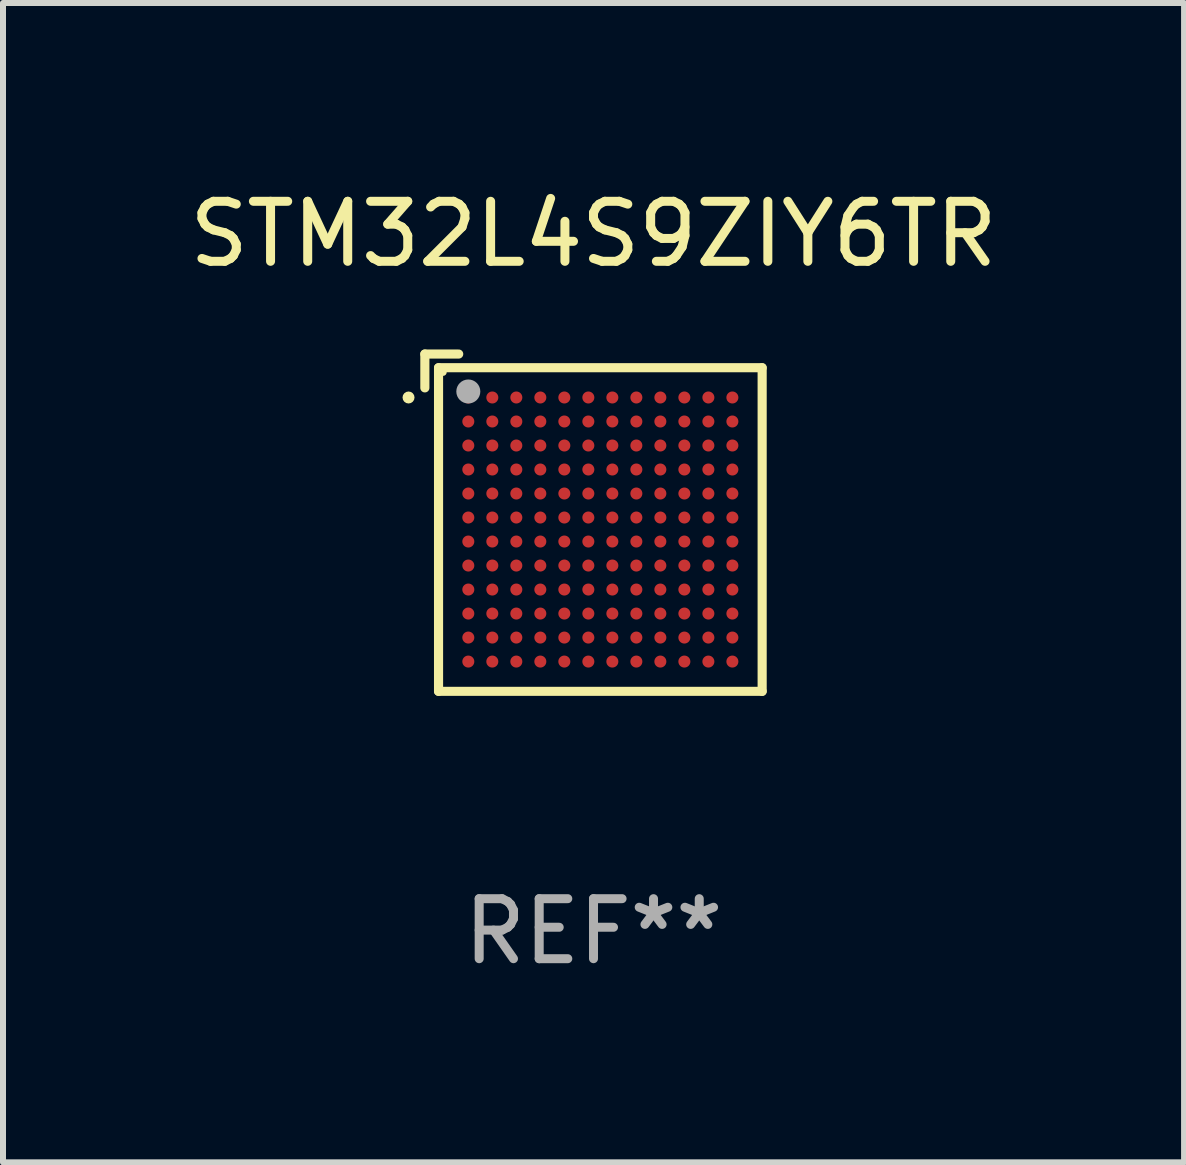
<source format=kicad_pcb>
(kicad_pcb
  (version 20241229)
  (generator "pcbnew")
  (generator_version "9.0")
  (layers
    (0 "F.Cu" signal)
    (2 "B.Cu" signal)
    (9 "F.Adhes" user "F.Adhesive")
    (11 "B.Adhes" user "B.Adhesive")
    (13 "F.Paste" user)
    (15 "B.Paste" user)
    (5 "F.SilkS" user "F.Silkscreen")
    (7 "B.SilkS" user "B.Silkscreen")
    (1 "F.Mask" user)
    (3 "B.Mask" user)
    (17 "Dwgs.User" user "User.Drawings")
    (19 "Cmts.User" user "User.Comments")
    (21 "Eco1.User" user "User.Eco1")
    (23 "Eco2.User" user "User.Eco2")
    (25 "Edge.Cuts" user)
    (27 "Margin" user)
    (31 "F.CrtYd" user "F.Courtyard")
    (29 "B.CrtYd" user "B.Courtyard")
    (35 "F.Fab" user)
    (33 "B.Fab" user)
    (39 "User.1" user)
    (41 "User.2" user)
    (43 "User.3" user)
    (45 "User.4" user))
  (footprint "STM32L4S9ZIY6TR"
    (layer "F.Cu")
    (at 6.839 5.659)
    (property "Reference" "STM32L4S9ZIY6TR" (at 0 -4.81 0) (layer "F.SilkS") (effects (font (size 1 1) (thickness 0.15))))
    (attr through_hole)
    (fp_line (start -2.81 -2.81) (end -2.246 -2.81) (stroke (width 0.152) (type solid)) (layer "F.SilkS"))
    (fp_line (start -2.81 -2.246) (end -2.81 -2.81) (stroke (width 0.152) (type solid)) (layer "F.SilkS"))
    (fp_line (start -2.582 -2.582) (end 2.81 -2.582) (stroke (width 0.152) (type solid)) (layer "F.SilkS"))
    (fp_line (start -2.582 2.81) (end -2.582 -2.582) (stroke (width 0.152) (type solid)) (layer "F.SilkS"))
    (fp_line (start 2.81 -2.582) (end 2.81 2.81) (stroke (width 0.152) (type solid)) (layer "F.SilkS"))
    (fp_line (start 2.81 2.81) (end -2.582 2.81) (stroke (width 0.152) (type solid)) (layer "F.SilkS"))
    (fp_circle (center -3.082 -2.086) (end -3.032 -2.086) (stroke (width 0.1) (type solid)) (fill no) (layer "F.SilkS"))
    (fp_circle (center -2.506 -2.506) (end -2.476 -2.506) (stroke (width 0.06) (type solid)) (fill no) (layer "F.SilkS"))
    (fp_circle (center -2.086 -2.186) (end -1.986 -2.186) (stroke (width 0.2) (type solid)) (fill no) (layer "F.Fab"))
    (fp_text user "REF**" (at 0 6.81 0) (layer "F.Fab") (effects (font (size 1 1) (thickness 0.15))))
    (pad "A1" smd circle (at -2.086 -2.086) (size 0.2 0.2) (layers "F.Cu" "F.Mask" "F.Paste"))
    (pad "A2" smd circle (at -1.686 -2.086) (size 0.2 0.2) (layers "F.Cu" "F.Mask" "F.Paste"))
    (pad "A3" smd circle (at -1.286 -2.086) (size 0.2 0.2) (layers "F.Cu" "F.Mask" "F.Paste"))
    (pad "A4" smd circle (at -0.886 -2.086) (size 0.2 0.2) (layers "F.Cu" "F.Mask" "F.Paste"))
    (pad "A5" smd circle (at -0.486 -2.086) (size 0.2 0.2) (layers "F.Cu" "F.Mask" "F.Paste"))
    (pad "A6" smd circle (at -0.086 -2.086) (size 0.2 0.2) (layers "F.Cu" "F.Mask" "F.Paste"))
    (pad "A7" smd circle (at 0.314 -2.086) (size 0.2 0.2) (layers "F.Cu" "F.Mask" "F.Paste"))
    (pad "A8" smd circle (at 0.714 -2.086) (size 0.2 0.2) (layers "F.Cu" "F.Mask" "F.Paste"))
    (pad "A9" smd circle (at 1.114 -2.086) (size 0.2 0.2) (layers "F.Cu" "F.Mask" "F.Paste"))
    (pad "A10" smd circle (at 1.514 -2.086) (size 0.2 0.2) (layers "F.Cu" "F.Mask" "F.Paste"))
    (pad "A11" smd circle (at 1.914 -2.086) (size 0.2 0.2) (layers "F.Cu" "F.Mask" "F.Paste"))
    (pad "A12" smd circle (at 2.314 -2.086) (size 0.2 0.2) (layers "F.Cu" "F.Mask" "F.Paste"))
    (pad "B1" smd circle (at -2.086 -1.686) (size 0.2 0.2) (layers "F.Cu" "F.Mask" "F.Paste"))
    (pad "B2" smd circle (at -1.686 -1.686) (size 0.2 0.2) (layers "F.Cu" "F.Mask" "F.Paste"))
    (pad "B3" smd circle (at -1.286 -1.686) (size 0.2 0.2) (layers "F.Cu" "F.Mask" "F.Paste"))
    (pad "B4" smd circle (at -0.886 -1.686) (size 0.2 0.2) (layers "F.Cu" "F.Mask" "F.Paste"))
    (pad "B5" smd circle (at -0.486 -1.686) (size 0.2 0.2) (layers "F.Cu" "F.Mask" "F.Paste"))
    (pad "B6" smd circle (at -0.086 -1.686) (size 0.2 0.2) (layers "F.Cu" "F.Mask" "F.Paste"))
    (pad "B7" smd circle (at 0.314 -1.686) (size 0.2 0.2) (layers "F.Cu" "F.Mask" "F.Paste"))
    (pad "B8" smd circle (at 0.714 -1.686) (size 0.2 0.2) (layers "F.Cu" "F.Mask" "F.Paste"))
    (pad "B9" smd circle (at 1.114 -1.686) (size 0.2 0.2) (layers "F.Cu" "F.Mask" "F.Paste"))
    (pad "B10" smd circle (at 1.514 -1.686) (size 0.2 0.2) (layers "F.Cu" "F.Mask" "F.Paste"))
    (pad "B11" smd circle (at 1.914 -1.686) (size 0.2 0.2) (layers "F.Cu" "F.Mask" "F.Paste"))
    (pad "B12" smd circle (at 2.314 -1.686) (size 0.2 0.2) (layers "F.Cu" "F.Mask" "F.Paste"))
    (pad "C1" smd circle (at -2.086 -1.286) (size 0.2 0.2) (layers "F.Cu" "F.Mask" "F.Paste"))
    (pad "C2" smd circle (at -1.686 -1.286) (size 0.2 0.2) (layers "F.Cu" "F.Mask" "F.Paste"))
    (pad "C3" smd circle (at -1.286 -1.286) (size 0.2 0.2) (layers "F.Cu" "F.Mask" "F.Paste"))
    (pad "C4" smd circle (at -0.886 -1.286) (size 0.2 0.2) (layers "F.Cu" "F.Mask" "F.Paste"))
    (pad "C5" smd circle (at -0.486 -1.286) (size 0.2 0.2) (layers "F.Cu" "F.Mask" "F.Paste"))
    (pad "C6" smd circle (at -0.086 -1.286) (size 0.2 0.2) (layers "F.Cu" "F.Mask" "F.Paste"))
    (pad "C7" smd circle (at 0.314 -1.286) (size 0.2 0.2) (layers "F.Cu" "F.Mask" "F.Paste"))
    (pad "C8" smd circle (at 0.714 -1.286) (size 0.2 0.2) (layers "F.Cu" "F.Mask" "F.Paste"))
    (pad "C9" smd circle (at 1.114 -1.286) (size 0.2 0.2) (layers "F.Cu" "F.Mask" "F.Paste"))
    (pad "C10" smd circle (at 1.514 -1.286) (size 0.2 0.2) (layers "F.Cu" "F.Mask" "F.Paste"))
    (pad "C11" smd circle (at 1.914 -1.286) (size 0.2 0.2) (layers "F.Cu" "F.Mask" "F.Paste"))
    (pad "C12" smd circle (at 2.314 -1.286) (size 0.2 0.2) (layers "F.Cu" "F.Mask" "F.Paste"))
    (pad "D1" smd circle (at -2.086 -0.886) (size 0.2 0.2) (layers "F.Cu" "F.Mask" "F.Paste"))
    (pad "D2" smd circle (at -1.686 -0.886) (size 0.2 0.2) (layers "F.Cu" "F.Mask" "F.Paste"))
    (pad "D3" smd circle (at -1.286 -0.886) (size 0.2 0.2) (layers "F.Cu" "F.Mask" "F.Paste"))
    (pad "D4" smd circle (at -0.886 -0.886) (size 0.2 0.2) (layers "F.Cu" "F.Mask" "F.Paste"))
    (pad "D5" smd circle (at -0.486 -0.886) (size 0.2 0.2) (layers "F.Cu" "F.Mask" "F.Paste"))
    (pad "D6" smd circle (at -0.086 -0.886) (size 0.2 0.2) (layers "F.Cu" "F.Mask" "F.Paste"))
    (pad "D7" smd circle (at 0.314 -0.886) (size 0.2 0.2) (layers "F.Cu" "F.Mask" "F.Paste"))
    (pad "D8" smd circle (at 0.714 -0.886) (size 0.2 0.2) (layers "F.Cu" "F.Mask" "F.Paste"))
    (pad "D9" smd circle (at 1.114 -0.886) (size 0.2 0.2) (layers "F.Cu" "F.Mask" "F.Paste"))
    (pad "D10" smd circle (at 1.514 -0.886) (size 0.2 0.2) (layers "F.Cu" "F.Mask" "F.Paste"))
    (pad "D11" smd circle (at 1.914 -0.886) (size 0.2 0.2) (layers "F.Cu" "F.Mask" "F.Paste"))
    (pad "D12" smd circle (at 2.314 -0.886) (size 0.2 0.2) (layers "F.Cu" "F.Mask" "F.Paste"))
    (pad "E1" smd circle (at -2.086 -0.486) (size 0.2 0.2) (layers "F.Cu" "F.Mask" "F.Paste"))
    (pad "E2" smd circle (at -1.686 -0.486) (size 0.2 0.2) (layers "F.Cu" "F.Mask" "F.Paste"))
    (pad "E3" smd circle (at -1.286 -0.486) (size 0.2 0.2) (layers "F.Cu" "F.Mask" "F.Paste"))
    (pad "E4" smd circle (at -0.886 -0.486) (size 0.2 0.2) (layers "F.Cu" "F.Mask" "F.Paste"))
    (pad "E5" smd circle (at -0.486 -0.486) (size 0.2 0.2) (layers "F.Cu" "F.Mask" "F.Paste"))
    (pad "E6" smd circle (at -0.086 -0.486) (size 0.2 0.2) (layers "F.Cu" "F.Mask" "F.Paste"))
    (pad "E7" smd circle (at 0.314 -0.486) (size 0.2 0.2) (layers "F.Cu" "F.Mask" "F.Paste"))
    (pad "E8" smd circle (at 0.714 -0.486) (size 0.2 0.2) (layers "F.Cu" "F.Mask" "F.Paste"))
    (pad "E9" smd circle (at 1.114 -0.486) (size 0.2 0.2) (layers "F.Cu" "F.Mask" "F.Paste"))
    (pad "E10" smd circle (at 1.514 -0.486) (size 0.2 0.2) (layers "F.Cu" "F.Mask" "F.Paste"))
    (pad "E11" smd circle (at 1.914 -0.486) (size 0.2 0.2) (layers "F.Cu" "F.Mask" "F.Paste"))
    (pad "E12" smd circle (at 2.314 -0.486) (size 0.2 0.2) (layers "F.Cu" "F.Mask" "F.Paste"))
    (pad "F1" smd circle (at -2.086 -0.086) (size 0.2 0.2) (layers "F.Cu" "F.Mask" "F.Paste"))
    (pad "F2" smd circle (at -1.686 -0.086) (size 0.2 0.2) (layers "F.Cu" "F.Mask" "F.Paste"))
    (pad "F3" smd circle (at -1.286 -0.086) (size 0.2 0.2) (layers "F.Cu" "F.Mask" "F.Paste"))
    (pad "F4" smd circle (at -0.886 -0.086) (size 0.2 0.2) (layers "F.Cu" "F.Mask" "F.Paste"))
    (pad "F5" smd circle (at -0.486 -0.086) (size 0.2 0.2) (layers "F.Cu" "F.Mask" "F.Paste"))
    (pad "F6" smd circle (at -0.086 -0.086) (size 0.2 0.2) (layers "F.Cu" "F.Mask" "F.Paste"))
    (pad "F7" smd circle (at 0.314 -0.086) (size 0.2 0.2) (layers "F.Cu" "F.Mask" "F.Paste"))
    (pad "F8" smd circle (at 0.714 -0.086) (size 0.2 0.2) (layers "F.Cu" "F.Mask" "F.Paste"))
    (pad "F9" smd circle (at 1.114 -0.086) (size 0.2 0.2) (layers "F.Cu" "F.Mask" "F.Paste"))
    (pad "F10" smd circle (at 1.514 -0.086) (size 0.2 0.2) (layers "F.Cu" "F.Mask" "F.Paste"))
    (pad "F11" smd circle (at 1.914 -0.086) (size 0.2 0.2) (layers "F.Cu" "F.Mask" "F.Paste"))
    (pad "F12" smd circle (at 2.314 -0.086) (size 0.2 0.2) (layers "F.Cu" "F.Mask" "F.Paste"))
    (pad "G1" smd circle (at -2.086 0.314) (size 0.2 0.2) (layers "F.Cu" "F.Mask" "F.Paste"))
    (pad "G2" smd circle (at -1.686 0.314) (size 0.2 0.2) (layers "F.Cu" "F.Mask" "F.Paste"))
    (pad "G3" smd circle (at -1.286 0.314) (size 0.2 0.2) (layers "F.Cu" "F.Mask" "F.Paste"))
    (pad "G4" smd circle (at -0.886 0.314) (size 0.2 0.2) (layers "F.Cu" "F.Mask" "F.Paste"))
    (pad "G5" smd circle (at -0.486 0.314) (size 0.2 0.2) (layers "F.Cu" "F.Mask" "F.Paste"))
    (pad "G6" smd circle (at -0.086 0.314) (size 0.2 0.2) (layers "F.Cu" "F.Mask" "F.Paste"))
    (pad "G7" smd circle (at 0.314 0.314) (size 0.2 0.2) (layers "F.Cu" "F.Mask" "F.Paste"))
    (pad "G8" smd circle (at 0.714 0.314) (size 0.2 0.2) (layers "F.Cu" "F.Mask" "F.Paste"))
    (pad "G9" smd circle (at 1.114 0.314) (size 0.2 0.2) (layers "F.Cu" "F.Mask" "F.Paste"))
    (pad "G10" smd circle (at 1.514 0.314) (size 0.2 0.2) (layers "F.Cu" "F.Mask" "F.Paste"))
    (pad "G11" smd circle (at 1.914 0.314) (size 0.2 0.2) (layers "F.Cu" "F.Mask" "F.Paste"))
    (pad "G12" smd circle (at 2.314 0.314) (size 0.2 0.2) (layers "F.Cu" "F.Mask" "F.Paste"))
    (pad "H1" smd circle (at -2.086 0.714) (size 0.2 0.2) (layers "F.Cu" "F.Mask" "F.Paste"))
    (pad "H2" smd circle (at -1.686 0.714) (size 0.2 0.2) (layers "F.Cu" "F.Mask" "F.Paste"))
    (pad "H3" smd circle (at -1.286 0.714) (size 0.2 0.2) (layers "F.Cu" "F.Mask" "F.Paste"))
    (pad "H4" smd circle (at -0.886 0.714) (size 0.2 0.2) (layers "F.Cu" "F.Mask" "F.Paste"))
    (pad "H5" smd circle (at -0.486 0.714) (size 0.2 0.2) (layers "F.Cu" "F.Mask" "F.Paste"))
    (pad "H6" smd circle (at -0.086 0.714) (size 0.2 0.2) (layers "F.Cu" "F.Mask" "F.Paste"))
    (pad "H7" smd circle (at 0.314 0.714) (size 0.2 0.2) (layers "F.Cu" "F.Mask" "F.Paste"))
    (pad "H8" smd circle (at 0.714 0.714) (size 0.2 0.2) (layers "F.Cu" "F.Mask" "F.Paste"))
    (pad "H9" smd circle (at 1.114 0.714) (size 0.2 0.2) (layers "F.Cu" "F.Mask" "F.Paste"))
    (pad "H10" smd circle (at 1.514 0.714) (size 0.2 0.2) (layers "F.Cu" "F.Mask" "F.Paste"))
    (pad "H11" smd circle (at 1.914 0.714) (size 0.2 0.2) (layers "F.Cu" "F.Mask" "F.Paste"))
    (pad "H12" smd circle (at 2.314 0.714) (size 0.2 0.2) (layers "F.Cu" "F.Mask" "F.Paste"))
    (pad "J1" smd circle (at -2.086 1.114) (size 0.2 0.2) (layers "F.Cu" "F.Mask" "F.Paste"))
    (pad "J2" smd circle (at -1.686 1.114) (size 0.2 0.2) (layers "F.Cu" "F.Mask" "F.Paste"))
    (pad "J3" smd circle (at -1.286 1.114) (size 0.2 0.2) (layers "F.Cu" "F.Mask" "F.Paste"))
    (pad "J4" smd circle (at -0.886 1.114) (size 0.2 0.2) (layers "F.Cu" "F.Mask" "F.Paste"))
    (pad "J5" smd circle (at -0.486 1.114) (size 0.2 0.2) (layers "F.Cu" "F.Mask" "F.Paste"))
    (pad "J6" smd circle (at -0.086 1.114) (size 0.2 0.2) (layers "F.Cu" "F.Mask" "F.Paste"))
    (pad "J7" smd circle (at 0.314 1.114) (size 0.2 0.2) (layers "F.Cu" "F.Mask" "F.Paste"))
    (pad "J8" smd circle (at 0.714 1.114) (size 0.2 0.2) (layers "F.Cu" "F.Mask" "F.Paste"))
    (pad "J9" smd circle (at 1.114 1.114) (size 0.2 0.2) (layers "F.Cu" "F.Mask" "F.Paste"))
    (pad "J10" smd circle (at 1.514 1.114) (size 0.2 0.2) (layers "F.Cu" "F.Mask" "F.Paste"))
    (pad "J11" smd circle (at 1.914 1.114) (size 0.2 0.2) (layers "F.Cu" "F.Mask" "F.Paste"))
    (pad "J12" smd circle (at 2.314 1.114) (size 0.2 0.2) (layers "F.Cu" "F.Mask" "F.Paste"))
    (pad "K1" smd circle (at -2.086 1.514) (size 0.2 0.2) (layers "F.Cu" "F.Mask" "F.Paste"))
    (pad "K2" smd circle (at -1.686 1.514) (size 0.2 0.2) (layers "F.Cu" "F.Mask" "F.Paste"))
    (pad "K3" smd circle (at -1.286 1.514) (size 0.2 0.2) (layers "F.Cu" "F.Mask" "F.Paste"))
    (pad "K4" smd circle (at -0.886 1.514) (size 0.2 0.2) (layers "F.Cu" "F.Mask" "F.Paste"))
    (pad "K5" smd circle (at -0.486 1.514) (size 0.2 0.2) (layers "F.Cu" "F.Mask" "F.Paste"))
    (pad "K6" smd circle (at -0.086 1.514) (size 0.2 0.2) (layers "F.Cu" "F.Mask" "F.Paste"))
    (pad "K7" smd circle (at 0.314 1.514) (size 0.2 0.2) (layers "F.Cu" "F.Mask" "F.Paste"))
    (pad "K8" smd circle (at 0.714 1.514) (size 0.2 0.2) (layers "F.Cu" "F.Mask" "F.Paste"))
    (pad "K9" smd circle (at 1.114 1.514) (size 0.2 0.2) (layers "F.Cu" "F.Mask" "F.Paste"))
    (pad "K10" smd circle (at 1.514 1.514) (size 0.2 0.2) (layers "F.Cu" "F.Mask" "F.Paste"))
    (pad "K11" smd circle (at 1.914 1.514) (size 0.2 0.2) (layers "F.Cu" "F.Mask" "F.Paste"))
    (pad "K12" smd circle (at 2.314 1.514) (size 0.2 0.2) (layers "F.Cu" "F.Mask" "F.Paste"))
    (pad "L1" smd circle (at -2.086 1.914) (size 0.2 0.2) (layers "F.Cu" "F.Mask" "F.Paste"))
    (pad "L2" smd circle (at -1.686 1.914) (size 0.2 0.2) (layers "F.Cu" "F.Mask" "F.Paste"))
    (pad "L3" smd circle (at -1.286 1.914) (size 0.2 0.2) (layers "F.Cu" "F.Mask" "F.Paste"))
    (pad "L4" smd circle (at -0.886 1.914) (size 0.2 0.2) (layers "F.Cu" "F.Mask" "F.Paste"))
    (pad "L5" smd circle (at -0.486 1.914) (size 0.2 0.2) (layers "F.Cu" "F.Mask" "F.Paste"))
    (pad "L6" smd circle (at -0.086 1.914) (size 0.2 0.2) (layers "F.Cu" "F.Mask" "F.Paste"))
    (pad "L7" smd circle (at 0.314 1.914) (size 0.2 0.2) (layers "F.Cu" "F.Mask" "F.Paste"))
    (pad "L8" smd circle (at 0.714 1.914) (size 0.2 0.2) (layers "F.Cu" "F.Mask" "F.Paste"))
    (pad "L9" smd circle (at 1.114 1.914) (size 0.2 0.2) (layers "F.Cu" "F.Mask" "F.Paste"))
    (pad "L10" smd circle (at 1.514 1.914) (size 0.2 0.2) (layers "F.Cu" "F.Mask" "F.Paste"))
    (pad "L11" smd circle (at 1.914 1.914) (size 0.2 0.2) (layers "F.Cu" "F.Mask" "F.Paste"))
    (pad "L12" smd circle (at 2.314 1.914) (size 0.2 0.2) (layers "F.Cu" "F.Mask" "F.Paste"))
    (pad "M1" smd circle (at -2.086 2.314) (size 0.2 0.2) (layers "F.Cu" "F.Mask" "F.Paste"))
    (pad "M2" smd circle (at -1.686 2.314) (size 0.2 0.2) (layers "F.Cu" "F.Mask" "F.Paste"))
    (pad "M3" smd circle (at -1.286 2.314) (size 0.2 0.2) (layers "F.Cu" "F.Mask" "F.Paste"))
    (pad "M4" smd circle (at -0.886 2.314) (size 0.2 0.2) (layers "F.Cu" "F.Mask" "F.Paste"))
    (pad "M5" smd circle (at -0.486 2.314) (size 0.2 0.2) (layers "F.Cu" "F.Mask" "F.Paste"))
    (pad "M6" smd circle (at -0.086 2.314) (size 0.2 0.2) (layers "F.Cu" "F.Mask" "F.Paste"))
    (pad "M7" smd circle (at 0.314 2.314) (size 0.2 0.2) (layers "F.Cu" "F.Mask" "F.Paste"))
    (pad "M8" smd circle (at 0.714 2.314) (size 0.2 0.2) (layers "F.Cu" "F.Mask" "F.Paste"))
    (pad "M9" smd circle (at 1.114 2.314) (size 0.2 0.2) (layers "F.Cu" "F.Mask" "F.Paste"))
    (pad "M10" smd circle (at 1.514 2.314) (size 0.2 0.2) (layers "F.Cu" "F.Mask" "F.Paste"))
    (pad "M11" smd circle (at 1.914 2.314) (size 0.2 0.2) (layers "F.Cu" "F.Mask" "F.Paste"))
    (pad "M12" smd circle (at 2.314 2.314) (size 0.2 0.2) (layers "F.Cu" "F.Mask" "F.Paste")))
  (gr_rect
    (start -3 -3)
    (end 16.679 16.317)
    (stroke (width 0.1) (type default))
    (fill no)
    (layer "Edge.Cuts")))
</source>
